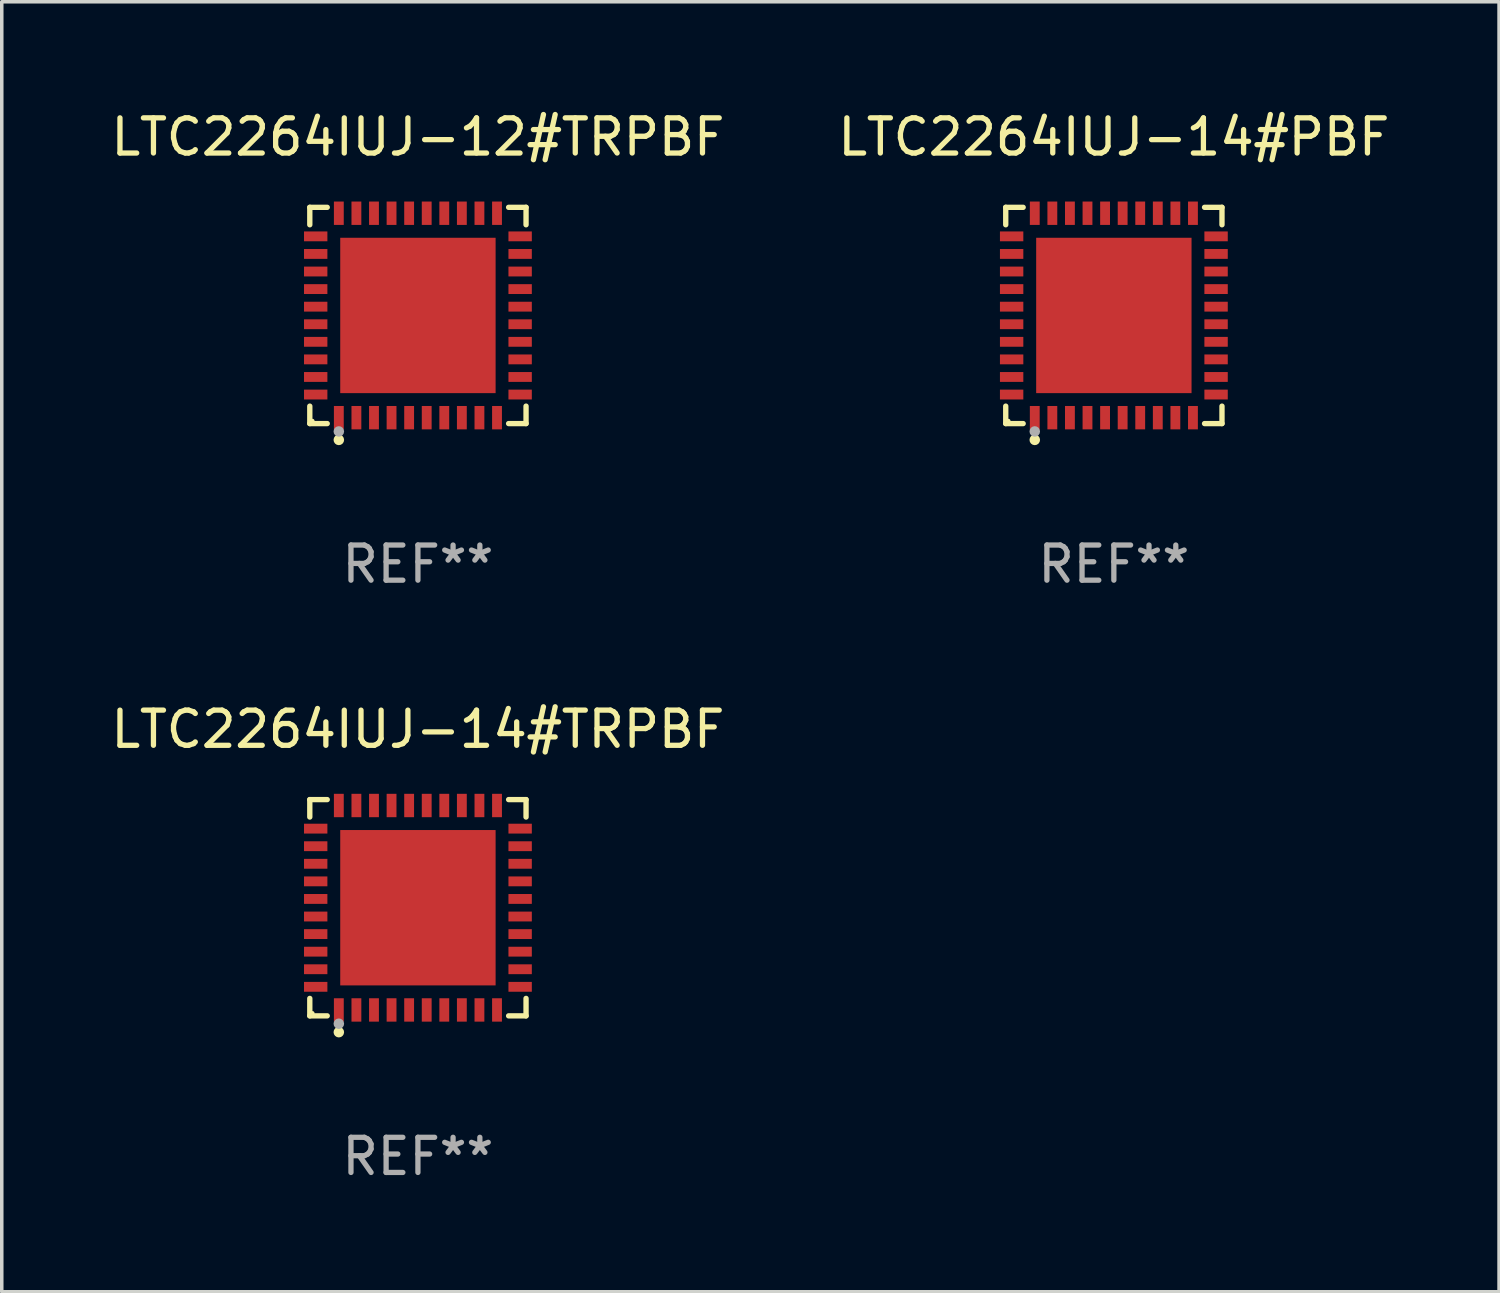
<source format=kicad_pcb>
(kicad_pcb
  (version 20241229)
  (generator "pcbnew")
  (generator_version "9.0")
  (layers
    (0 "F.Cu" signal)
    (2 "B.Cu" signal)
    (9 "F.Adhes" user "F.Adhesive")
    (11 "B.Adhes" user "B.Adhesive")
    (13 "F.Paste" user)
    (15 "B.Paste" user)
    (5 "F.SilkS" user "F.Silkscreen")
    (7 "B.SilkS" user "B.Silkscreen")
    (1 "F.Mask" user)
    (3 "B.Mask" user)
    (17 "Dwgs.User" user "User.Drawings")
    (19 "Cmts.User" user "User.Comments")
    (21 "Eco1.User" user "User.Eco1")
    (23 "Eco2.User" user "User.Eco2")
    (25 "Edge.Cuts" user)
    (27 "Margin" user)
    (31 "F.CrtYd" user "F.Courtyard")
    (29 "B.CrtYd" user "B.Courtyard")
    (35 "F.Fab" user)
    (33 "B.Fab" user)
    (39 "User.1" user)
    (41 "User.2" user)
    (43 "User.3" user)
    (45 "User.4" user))
  (footprint "LTC2264IUJ-14#TRPBF"
    (layer "F.Cu")
    (at 8.839 22.773)
    (property "Reference" "LTC2264IUJ-14#TRPBF" (at 0 -5.076 0) (layer "F.SilkS") (effects (font (size 1 1) (thickness 0.15))))
    (attr through_hole)
    (fp_line (start -3.076 -3.076) (end -2.58 -3.076) (stroke (width 0.152) (type solid)) (layer "F.SilkS"))
    (fp_line (start -3.076 -2.58) (end -3.076 -3.076) (stroke (width 0.152) (type solid)) (layer "F.SilkS"))
    (fp_line (start -3.076 2.58) (end -3.076 3.076) (stroke (width 0.152) (type solid)) (layer "F.SilkS"))
    (fp_line (start -3.076 3.076) (end -2.58 3.076) (stroke (width 0.152) (type solid)) (layer "F.SilkS"))
    (fp_line (start 3.076 -3.076) (end 2.58 -3.076) (stroke (width 0.152) (type solid)) (layer "F.SilkS"))
    (fp_line (start 3.076 -2.58) (end 3.076 -3.076) (stroke (width 0.152) (type solid)) (layer "F.SilkS"))
    (fp_line (start 3.076 2.58) (end 3.076 3.076) (stroke (width 0.152) (type solid)) (layer "F.SilkS"))
    (fp_line (start 3.076 3.076) (end 2.58 3.076) (stroke (width 0.152) (type solid)) (layer "F.SilkS"))
    (fp_circle (center -3 3) (end -2.97 3) (stroke (width 0.06) (type solid)) (fill no) (layer "F.SilkS"))
    (fp_circle (center -2.25 3.54) (end -2.175 3.54) (stroke (width 0.15) (type solid)) (fill no) (layer "F.SilkS"))
    (fp_circle (center -2.25 3.3) (end -2.175 3.3) (stroke (width 0.15) (type solid)) (fill no) (layer "F.Fab"))
    (fp_text user "REF**" (at 0 7.076 0) (layer "F.Fab") (effects (font (size 1 1) (thickness 0.15))))
    (pad "1" smd rect (at -2.25 2.908) (size 0.28 0.665) (layers "F.Cu" "F.Mask" "F.Paste"))
    (pad "2" smd rect (at -1.75 2.908) (size 0.28 0.665) (layers "F.Cu" "F.Mask" "F.Paste"))
    (pad "3" smd rect (at -1.25 2.908) (size 0.28 0.665) (layers "F.Cu" "F.Mask" "F.Paste"))
    (pad "4" smd rect (at -0.75 2.908) (size 0.28 0.665) (layers "F.Cu" "F.Mask" "F.Paste"))
    (pad "5" smd rect (at -0.25 2.908) (size 0.28 0.665) (layers "F.Cu" "F.Mask" "F.Paste"))
    (pad "6" smd rect (at 0.25 2.908) (size 0.28 0.665) (layers "F.Cu" "F.Mask" "F.Paste"))
    (pad "7" smd rect (at 0.75 2.908) (size 0.28 0.665) (layers "F.Cu" "F.Mask" "F.Paste"))
    (pad "8" smd rect (at 1.25 2.908) (size 0.28 0.665) (layers "F.Cu" "F.Mask" "F.Paste"))
    (pad "9" smd rect (at 1.75 2.908) (size 0.28 0.665) (layers "F.Cu" "F.Mask" "F.Paste"))
    (pad "10" smd rect (at 2.25 2.908) (size 0.28 0.665) (layers "F.Cu" "F.Mask" "F.Paste"))
    (pad "11" smd rect (at 2.908 2.25) (size 0.665 0.28) (layers "F.Cu" "F.Mask" "F.Paste"))
    (pad "12" smd rect (at 2.908 1.75) (size 0.665 0.28) (layers "F.Cu" "F.Mask" "F.Paste"))
    (pad "13" smd rect (at 2.908 1.25) (size 0.665 0.28) (layers "F.Cu" "F.Mask" "F.Paste"))
    (pad "14" smd rect (at 2.908 0.75) (size 0.665 0.28) (layers "F.Cu" "F.Mask" "F.Paste"))
    (pad "15" smd rect (at 2.908 0.25) (size 0.665 0.28) (layers "F.Cu" "F.Mask" "F.Paste"))
    (pad "16" smd rect (at 2.908 -0.25) (size 0.665 0.28) (layers "F.Cu" "F.Mask" "F.Paste"))
    (pad "17" smd rect (at 2.908 -0.75) (size 0.665 0.28) (layers "F.Cu" "F.Mask" "F.Paste"))
    (pad "18" smd rect (at 2.908 -1.25) (size 0.665 0.28) (layers "F.Cu" "F.Mask" "F.Paste"))
    (pad "19" smd rect (at 2.908 -1.75) (size 0.665 0.28) (layers "F.Cu" "F.Mask" "F.Paste"))
    (pad "20" smd rect (at 2.908 -2.25) (size 0.665 0.28) (layers "F.Cu" "F.Mask" "F.Paste"))
    (pad "21" smd rect (at 2.25 -2.908) (size 0.28 0.665) (layers "F.Cu" "F.Mask" "F.Paste"))
    (pad "22" smd rect (at 1.75 -2.908) (size 0.28 0.665) (layers "F.Cu" "F.Mask" "F.Paste"))
    (pad "23" smd rect (at 1.25 -2.908) (size 0.28 0.665) (layers "F.Cu" "F.Mask" "F.Paste"))
    (pad "24" smd rect (at 0.75 -2.908) (size 0.28 0.665) (layers "F.Cu" "F.Mask" "F.Paste"))
    (pad "25" smd rect (at 0.25 -2.908) (size 0.28 0.665) (layers "F.Cu" "F.Mask" "F.Paste"))
    (pad "26" smd rect (at -0.25 -2.908) (size 0.28 0.665) (layers "F.Cu" "F.Mask" "F.Paste"))
    (pad "27" smd rect (at -0.75 -2.908) (size 0.28 0.665) (layers "F.Cu" "F.Mask" "F.Paste"))
    (pad "28" smd rect (at -1.25 -2.908) (size 0.28 0.665) (layers "F.Cu" "F.Mask" "F.Paste"))
    (pad "29" smd rect (at -1.75 -2.908) (size 0.28 0.665) (layers "F.Cu" "F.Mask" "F.Paste"))
    (pad "30" smd rect (at -2.25 -2.908) (size 0.28 0.665) (layers "F.Cu" "F.Mask" "F.Paste"))
    (pad "31" smd rect (at -2.908 -2.25) (size 0.665 0.28) (layers "F.Cu" "F.Mask" "F.Paste"))
    (pad "32" smd rect (at -2.908 -1.75) (size 0.665 0.28) (layers "F.Cu" "F.Mask" "F.Paste"))
    (pad "33" smd rect (at -2.908 -1.25) (size 0.665 0.28) (layers "F.Cu" "F.Mask" "F.Paste"))
    (pad "34" smd rect (at -2.908 -0.75) (size 0.665 0.28) (layers "F.Cu" "F.Mask" "F.Paste"))
    (pad "35" smd rect (at -2.908 -0.25) (size 0.665 0.28) (layers "F.Cu" "F.Mask" "F.Paste"))
    (pad "36" smd rect (at -2.908 0.25) (size 0.665 0.28) (layers "F.Cu" "F.Mask" "F.Paste"))
    (pad "37" smd rect (at -2.908 0.75) (size 0.665 0.28) (layers "F.Cu" "F.Mask" "F.Paste"))
    (pad "38" smd rect (at -2.908 1.25) (size 0.665 0.28) (layers "F.Cu" "F.Mask" "F.Paste"))
    (pad "39" smd rect (at -2.908 1.75) (size 0.665 0.28) (layers "F.Cu" "F.Mask" "F.Paste"))
    (pad "40" smd rect (at -2.908 2.25) (size 0.665 0.28) (layers "F.Cu" "F.Mask" "F.Paste"))
    (pad "41" smd rect (at 0 0) (size 4.42 4.42) (layers "F.Cu" "F.Mask" "F.Paste")))
  (footprint "LTC2264IUJ-14#PBF"
    (layer "F.Cu")
    (at 28.637 5.924)
    (property "Reference" "LTC2264IUJ-14#PBF" (at 0 -5.076 0) (layer "F.SilkS") (effects (font (size 1 1) (thickness 0.15))))
    (attr through_hole)
    (fp_line (start -3.076 -3.076) (end -2.58 -3.076) (stroke (width 0.152) (type solid)) (layer "F.SilkS"))
    (fp_line (start -3.076 -2.58) (end -3.076 -3.076) (stroke (width 0.152) (type solid)) (layer "F.SilkS"))
    (fp_line (start -3.076 2.58) (end -3.076 3.076) (stroke (width 0.152) (type solid)) (layer "F.SilkS"))
    (fp_line (start -3.076 3.076) (end -2.58 3.076) (stroke (width 0.152) (type solid)) (layer "F.SilkS"))
    (fp_line (start 3.076 -3.076) (end 2.58 -3.076) (stroke (width 0.152) (type solid)) (layer "F.SilkS"))
    (fp_line (start 3.076 -2.58) (end 3.076 -3.076) (stroke (width 0.152) (type solid)) (layer "F.SilkS"))
    (fp_line (start 3.076 2.58) (end 3.076 3.076) (stroke (width 0.152) (type solid)) (layer "F.SilkS"))
    (fp_line (start 3.076 3.076) (end 2.58 3.076) (stroke (width 0.152) (type solid)) (layer "F.SilkS"))
    (fp_circle (center -3 3) (end -2.97 3) (stroke (width 0.06) (type solid)) (fill no) (layer "F.SilkS"))
    (fp_circle (center -2.25 3.54) (end -2.175 3.54) (stroke (width 0.15) (type solid)) (fill no) (layer "F.SilkS"))
    (fp_circle (center -2.25 3.3) (end -2.175 3.3) (stroke (width 0.15) (type solid)) (fill no) (layer "F.Fab"))
    (fp_text user "REF**" (at 0 7.076 0) (layer "F.Fab") (effects (font (size 1 1) (thickness 0.15))))
    (pad "1" smd rect (at -2.25 2.908) (size 0.28 0.665) (layers "F.Cu" "F.Mask" "F.Paste"))
    (pad "2" smd rect (at -1.75 2.908) (size 0.28 0.665) (layers "F.Cu" "F.Mask" "F.Paste"))
    (pad "3" smd rect (at -1.25 2.908) (size 0.28 0.665) (layers "F.Cu" "F.Mask" "F.Paste"))
    (pad "4" smd rect (at -0.75 2.908) (size 0.28 0.665) (layers "F.Cu" "F.Mask" "F.Paste"))
    (pad "5" smd rect (at -0.25 2.908) (size 0.28 0.665) (layers "F.Cu" "F.Mask" "F.Paste"))
    (pad "6" smd rect (at 0.25 2.908) (size 0.28 0.665) (layers "F.Cu" "F.Mask" "F.Paste"))
    (pad "7" smd rect (at 0.75 2.908) (size 0.28 0.665) (layers "F.Cu" "F.Mask" "F.Paste"))
    (pad "8" smd rect (at 1.25 2.908) (size 0.28 0.665) (layers "F.Cu" "F.Mask" "F.Paste"))
    (pad "9" smd rect (at 1.75 2.908) (size 0.28 0.665) (layers "F.Cu" "F.Mask" "F.Paste"))
    (pad "10" smd rect (at 2.25 2.908) (size 0.28 0.665) (layers "F.Cu" "F.Mask" "F.Paste"))
    (pad "11" smd rect (at 2.908 2.25) (size 0.665 0.28) (layers "F.Cu" "F.Mask" "F.Paste"))
    (pad "12" smd rect (at 2.908 1.75) (size 0.665 0.28) (layers "F.Cu" "F.Mask" "F.Paste"))
    (pad "13" smd rect (at 2.908 1.25) (size 0.665 0.28) (layers "F.Cu" "F.Mask" "F.Paste"))
    (pad "14" smd rect (at 2.908 0.75) (size 0.665 0.28) (layers "F.Cu" "F.Mask" "F.Paste"))
    (pad "15" smd rect (at 2.908 0.25) (size 0.665 0.28) (layers "F.Cu" "F.Mask" "F.Paste"))
    (pad "16" smd rect (at 2.908 -0.25) (size 0.665 0.28) (layers "F.Cu" "F.Mask" "F.Paste"))
    (pad "17" smd rect (at 2.908 -0.75) (size 0.665 0.28) (layers "F.Cu" "F.Mask" "F.Paste"))
    (pad "18" smd rect (at 2.908 -1.25) (size 0.665 0.28) (layers "F.Cu" "F.Mask" "F.Paste"))
    (pad "19" smd rect (at 2.908 -1.75) (size 0.665 0.28) (layers "F.Cu" "F.Mask" "F.Paste"))
    (pad "20" smd rect (at 2.908 -2.25) (size 0.665 0.28) (layers "F.Cu" "F.Mask" "F.Paste"))
    (pad "21" smd rect (at 2.25 -2.908) (size 0.28 0.665) (layers "F.Cu" "F.Mask" "F.Paste"))
    (pad "22" smd rect (at 1.75 -2.908) (size 0.28 0.665) (layers "F.Cu" "F.Mask" "F.Paste"))
    (pad "23" smd rect (at 1.25 -2.908) (size 0.28 0.665) (layers "F.Cu" "F.Mask" "F.Paste"))
    (pad "24" smd rect (at 0.75 -2.908) (size 0.28 0.665) (layers "F.Cu" "F.Mask" "F.Paste"))
    (pad "25" smd rect (at 0.25 -2.908) (size 0.28 0.665) (layers "F.Cu" "F.Mask" "F.Paste"))
    (pad "26" smd rect (at -0.25 -2.908) (size 0.28 0.665) (layers "F.Cu" "F.Mask" "F.Paste"))
    (pad "27" smd rect (at -0.75 -2.908) (size 0.28 0.665) (layers "F.Cu" "F.Mask" "F.Paste"))
    (pad "28" smd rect (at -1.25 -2.908) (size 0.28 0.665) (layers "F.Cu" "F.Mask" "F.Paste"))
    (pad "29" smd rect (at -1.75 -2.908) (size 0.28 0.665) (layers "F.Cu" "F.Mask" "F.Paste"))
    (pad "30" smd rect (at -2.25 -2.908) (size 0.28 0.665) (layers "F.Cu" "F.Mask" "F.Paste"))
    (pad "31" smd rect (at -2.908 -2.25) (size 0.665 0.28) (layers "F.Cu" "F.Mask" "F.Paste"))
    (pad "32" smd rect (at -2.908 -1.75) (size 0.665 0.28) (layers "F.Cu" "F.Mask" "F.Paste"))
    (pad "33" smd rect (at -2.908 -1.25) (size 0.665 0.28) (layers "F.Cu" "F.Mask" "F.Paste"))
    (pad "34" smd rect (at -2.908 -0.75) (size 0.665 0.28) (layers "F.Cu" "F.Mask" "F.Paste"))
    (pad "35" smd rect (at -2.908 -0.25) (size 0.665 0.28) (layers "F.Cu" "F.Mask" "F.Paste"))
    (pad "36" smd rect (at -2.908 0.25) (size 0.665 0.28) (layers "F.Cu" "F.Mask" "F.Paste"))
    (pad "37" smd rect (at -2.908 0.75) (size 0.665 0.28) (layers "F.Cu" "F.Mask" "F.Paste"))
    (pad "38" smd rect (at -2.908 1.25) (size 0.665 0.28) (layers "F.Cu" "F.Mask" "F.Paste"))
    (pad "39" smd rect (at -2.908 1.75) (size 0.665 0.28) (layers "F.Cu" "F.Mask" "F.Paste"))
    (pad "40" smd rect (at -2.908 2.25) (size 0.665 0.28) (layers "F.Cu" "F.Mask" "F.Paste"))
    (pad "41" smd rect (at 0 0) (size 4.42 4.42) (layers "F.Cu" "F.Mask" "F.Paste")))
  (footprint "LTC2264IUJ-12#TRPBF"
    (layer "F.Cu")
    (at 8.839 5.924)
    (property "Reference" "LTC2264IUJ-12#TRPBF" (at 0 -5.076 0) (layer "F.SilkS") (effects (font (size 1 1) (thickness 0.15))))
    (attr through_hole)
    (fp_line (start -3.076 -3.076) (end -2.58 -3.076) (stroke (width 0.152) (type solid)) (layer "F.SilkS"))
    (fp_line (start -3.076 -2.58) (end -3.076 -3.076) (stroke (width 0.152) (type solid)) (layer "F.SilkS"))
    (fp_line (start -3.076 2.58) (end -3.076 3.076) (stroke (width 0.152) (type solid)) (layer "F.SilkS"))
    (fp_line (start -3.076 3.076) (end -2.58 3.076) (stroke (width 0.152) (type solid)) (layer "F.SilkS"))
    (fp_line (start 3.076 -3.076) (end 2.58 -3.076) (stroke (width 0.152) (type solid)) (layer "F.SilkS"))
    (fp_line (start 3.076 -2.58) (end 3.076 -3.076) (stroke (width 0.152) (type solid)) (layer "F.SilkS"))
    (fp_line (start 3.076 2.58) (end 3.076 3.076) (stroke (width 0.152) (type solid)) (layer "F.SilkS"))
    (fp_line (start 3.076 3.076) (end 2.58 3.076) (stroke (width 0.152) (type solid)) (layer "F.SilkS"))
    (fp_circle (center -3 3) (end -2.97 3) (stroke (width 0.06) (type solid)) (fill no) (layer "F.SilkS"))
    (fp_circle (center -2.25 3.54) (end -2.175 3.54) (stroke (width 0.15) (type solid)) (fill no) (layer "F.SilkS"))
    (fp_circle (center -2.25 3.3) (end -2.175 3.3) (stroke (width 0.15) (type solid)) (fill no) (layer "F.Fab"))
    (fp_text user "REF**" (at 0 7.076 0) (layer "F.Fab") (effects (font (size 1 1) (thickness 0.15))))
    (pad "1" smd rect (at -2.25 2.908) (size 0.28 0.665) (layers "F.Cu" "F.Mask" "F.Paste"))
    (pad "2" smd rect (at -1.75 2.908) (size 0.28 0.665) (layers "F.Cu" "F.Mask" "F.Paste"))
    (pad "3" smd rect (at -1.25 2.908) (size 0.28 0.665) (layers "F.Cu" "F.Mask" "F.Paste"))
    (pad "4" smd rect (at -0.75 2.908) (size 0.28 0.665) (layers "F.Cu" "F.Mask" "F.Paste"))
    (pad "5" smd rect (at -0.25 2.908) (size 0.28 0.665) (layers "F.Cu" "F.Mask" "F.Paste"))
    (pad "6" smd rect (at 0.25 2.908) (size 0.28 0.665) (layers "F.Cu" "F.Mask" "F.Paste"))
    (pad "7" smd rect (at 0.75 2.908) (size 0.28 0.665) (layers "F.Cu" "F.Mask" "F.Paste"))
    (pad "8" smd rect (at 1.25 2.908) (size 0.28 0.665) (layers "F.Cu" "F.Mask" "F.Paste"))
    (pad "9" smd rect (at 1.75 2.908) (size 0.28 0.665) (layers "F.Cu" "F.Mask" "F.Paste"))
    (pad "10" smd rect (at 2.25 2.908) (size 0.28 0.665) (layers "F.Cu" "F.Mask" "F.Paste"))
    (pad "11" smd rect (at 2.908 2.25) (size 0.665 0.28) (layers "F.Cu" "F.Mask" "F.Paste"))
    (pad "12" smd rect (at 2.908 1.75) (size 0.665 0.28) (layers "F.Cu" "F.Mask" "F.Paste"))
    (pad "13" smd rect (at 2.908 1.25) (size 0.665 0.28) (layers "F.Cu" "F.Mask" "F.Paste"))
    (pad "14" smd rect (at 2.908 0.75) (size 0.665 0.28) (layers "F.Cu" "F.Mask" "F.Paste"))
    (pad "15" smd rect (at 2.908 0.25) (size 0.665 0.28) (layers "F.Cu" "F.Mask" "F.Paste"))
    (pad "16" smd rect (at 2.908 -0.25) (size 0.665 0.28) (layers "F.Cu" "F.Mask" "F.Paste"))
    (pad "17" smd rect (at 2.908 -0.75) (size 0.665 0.28) (layers "F.Cu" "F.Mask" "F.Paste"))
    (pad "18" smd rect (at 2.908 -1.25) (size 0.665 0.28) (layers "F.Cu" "F.Mask" "F.Paste"))
    (pad "19" smd rect (at 2.908 -1.75) (size 0.665 0.28) (layers "F.Cu" "F.Mask" "F.Paste"))
    (pad "20" smd rect (at 2.908 -2.25) (size 0.665 0.28) (layers "F.Cu" "F.Mask" "F.Paste"))
    (pad "21" smd rect (at 2.25 -2.908) (size 0.28 0.665) (layers "F.Cu" "F.Mask" "F.Paste"))
    (pad "22" smd rect (at 1.75 -2.908) (size 0.28 0.665) (layers "F.Cu" "F.Mask" "F.Paste"))
    (pad "23" smd rect (at 1.25 -2.908) (size 0.28 0.665) (layers "F.Cu" "F.Mask" "F.Paste"))
    (pad "24" smd rect (at 0.75 -2.908) (size 0.28 0.665) (layers "F.Cu" "F.Mask" "F.Paste"))
    (pad "25" smd rect (at 0.25 -2.908) (size 0.28 0.665) (layers "F.Cu" "F.Mask" "F.Paste"))
    (pad "26" smd rect (at -0.25 -2.908) (size 0.28 0.665) (layers "F.Cu" "F.Mask" "F.Paste"))
    (pad "27" smd rect (at -0.75 -2.908) (size 0.28 0.665) (layers "F.Cu" "F.Mask" "F.Paste"))
    (pad "28" smd rect (at -1.25 -2.908) (size 0.28 0.665) (layers "F.Cu" "F.Mask" "F.Paste"))
    (pad "29" smd rect (at -1.75 -2.908) (size 0.28 0.665) (layers "F.Cu" "F.Mask" "F.Paste"))
    (pad "30" smd rect (at -2.25 -2.908) (size 0.28 0.665) (layers "F.Cu" "F.Mask" "F.Paste"))
    (pad "31" smd rect (at -2.908 -2.25) (size 0.665 0.28) (layers "F.Cu" "F.Mask" "F.Paste"))
    (pad "32" smd rect (at -2.908 -1.75) (size 0.665 0.28) (layers "F.Cu" "F.Mask" "F.Paste"))
    (pad "33" smd rect (at -2.908 -1.25) (size 0.665 0.28) (layers "F.Cu" "F.Mask" "F.Paste"))
    (pad "34" smd rect (at -2.908 -0.75) (size 0.665 0.28) (layers "F.Cu" "F.Mask" "F.Paste"))
    (pad "35" smd rect (at -2.908 -0.25) (size 0.665 0.28) (layers "F.Cu" "F.Mask" "F.Paste"))
    (pad "36" smd rect (at -2.908 0.25) (size 0.665 0.28) (layers "F.Cu" "F.Mask" "F.Paste"))
    (pad "37" smd rect (at -2.908 0.75) (size 0.665 0.28) (layers "F.Cu" "F.Mask" "F.Paste"))
    (pad "38" smd rect (at -2.908 1.25) (size 0.665 0.28) (layers "F.Cu" "F.Mask" "F.Paste"))
    (pad "39" smd rect (at -2.908 1.75) (size 0.665 0.28) (layers "F.Cu" "F.Mask" "F.Paste"))
    (pad "40" smd rect (at -2.908 2.25) (size 0.665 0.28) (layers "F.Cu" "F.Mask" "F.Paste"))
    (pad "41" smd rect (at 0 0) (size 4.42 4.42) (layers "F.Cu" "F.Mask" "F.Paste")))
  (gr_rect
    (start -3 -3)
    (end 39.595 33.698)
    (stroke (width 0.1) (type default))
    (fill no)
    (layer "Edge.Cuts")))
</source>
